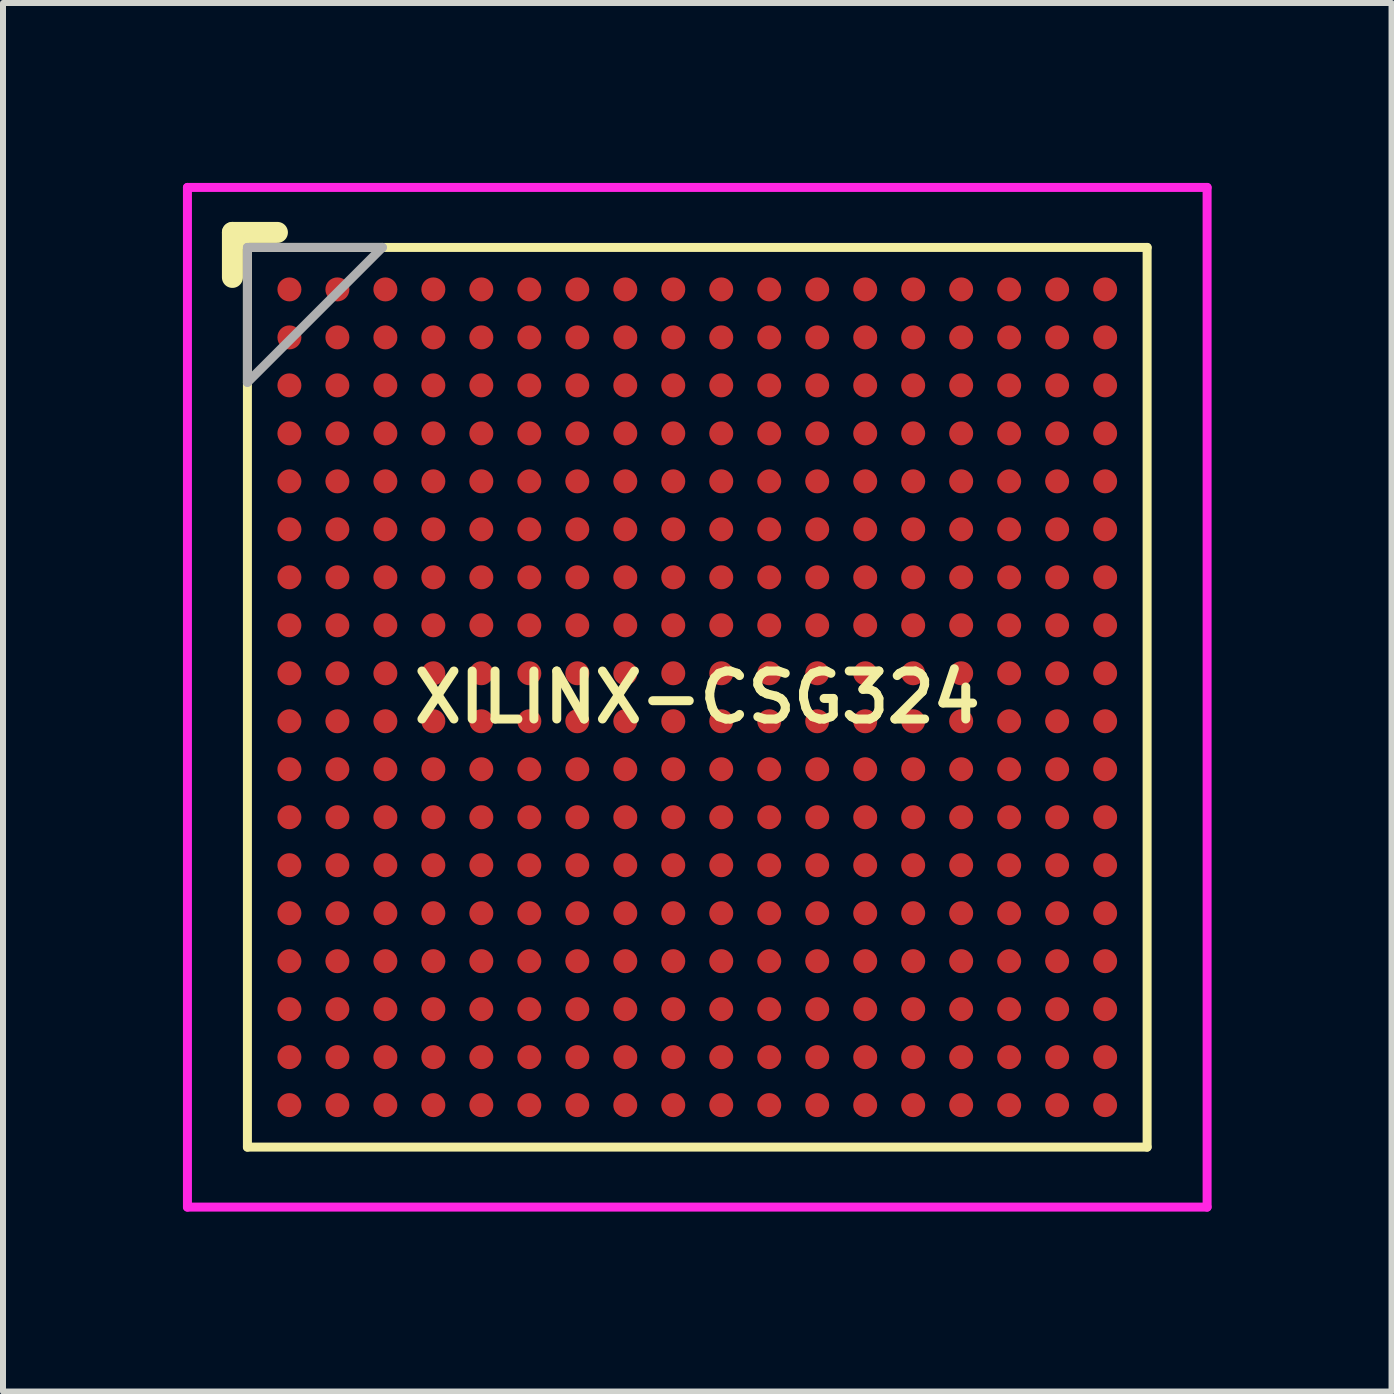
<source format=kicad_pcb>
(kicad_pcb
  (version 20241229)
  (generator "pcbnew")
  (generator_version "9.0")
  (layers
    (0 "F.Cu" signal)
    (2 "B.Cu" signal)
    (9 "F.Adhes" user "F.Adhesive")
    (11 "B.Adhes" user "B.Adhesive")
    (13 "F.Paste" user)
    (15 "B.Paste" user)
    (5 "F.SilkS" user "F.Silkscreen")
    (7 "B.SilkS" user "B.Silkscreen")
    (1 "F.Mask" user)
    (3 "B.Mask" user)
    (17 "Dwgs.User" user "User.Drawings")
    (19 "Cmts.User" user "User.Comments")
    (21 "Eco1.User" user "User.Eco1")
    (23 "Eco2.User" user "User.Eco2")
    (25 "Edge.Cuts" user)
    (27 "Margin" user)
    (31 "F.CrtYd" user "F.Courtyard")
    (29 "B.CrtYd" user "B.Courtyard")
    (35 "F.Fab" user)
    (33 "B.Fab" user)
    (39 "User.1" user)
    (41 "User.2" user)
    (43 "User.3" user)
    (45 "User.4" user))
  (footprint "XILINX-CSG324"
    (layer "F.Cu")
    (at 8.575 8.575)
    (property "Reference" "XILINX-CSG324" (at 0 0 0) (layer "F.SilkS") (effects (font (size 0.8 0.8) (thickness 0.15))))
    (attr through_hole)
    (fp_line (start -7.75 -7.75) (end -7 -7.75) (stroke (width 0.35) (type solid)) (layer "F.SilkS"))
    (fp_line (start -7.75 -7) (end -7.75 -7.75) (stroke (width 0.35) (type solid)) (layer "F.SilkS"))
    (fp_line (start -7.5 -7.5) (end -7.75 -7.75) (stroke (width 0.15) (type solid)) (layer "F.SilkS"))
    (fp_line (start -7.5 -7.5) (end 7.5 -7.5) (stroke (width 0.15) (type solid)) (layer "F.SilkS"))
    (fp_line (start -7.5 7.5) (end -7.5 -7.5) (stroke (width 0.15) (type solid)) (layer "F.SilkS"))
    (fp_line (start 7.5 -7.5) (end 7.5 7.5) (stroke (width 0.15) (type solid)) (layer "F.SilkS"))
    (fp_line (start 7.5 7.5) (end -7.5 7.5) (stroke (width 0.15) (type solid)) (layer "F.SilkS"))
    (fp_line (start -8.5 -8.5) (end 8.5 -8.5) (stroke (width 0.15) (type solid)) (layer "F.CrtYd"))
    (fp_line (start -8.5 8.5) (end -8.5 -8.5) (stroke (width 0.15) (type solid)) (layer "F.CrtYd"))
    (fp_line (start 8.5 -8.5) (end 8.5 8.5) (stroke (width 0.15) (type solid)) (layer "F.CrtYd"))
    (fp_line (start 8.5 8.5) (end -8.5 8.5) (stroke (width 0.15) (type solid)) (layer "F.CrtYd"))
    (fp_line (start -7.5 -7.5) (end -7.5 -5.25) (stroke (width 0.15) (type solid)) (layer "F.Fab"))
    (fp_line (start -7.5 -5.25) (end -5.25 -7.5) (stroke (width 0.15) (type solid)) (layer "F.Fab"))
    (fp_line (start -5.25 -7.5) (end -7.5 -7.5) (stroke (width 0.15) (type solid)) (layer "F.Fab"))
    (pad "A1" smd circle (at -6.8 -6.8) (size 0.4 0.4) (layers "F.Cu" "F.Mask" "F.Paste"))
    (pad "A2" smd circle (at -6 -6.8) (size 0.4 0.4) (layers "F.Cu" "F.Mask" "F.Paste"))
    (pad "A3" smd circle (at -5.2 -6.8) (size 0.4 0.4) (layers "F.Cu" "F.Mask" "F.Paste"))
    (pad "A4" smd circle (at -4.4 -6.8) (size 0.4 0.4) (layers "F.Cu" "F.Mask" "F.Paste"))
    (pad "A5" smd circle (at -3.6 -6.8) (size 0.4 0.4) (layers "F.Cu" "F.Mask" "F.Paste"))
    (pad "A6" smd circle (at -2.8 -6.8) (size 0.4 0.4) (layers "F.Cu" "F.Mask" "F.Paste"))
    (pad "A7" smd circle (at -2 -6.8) (size 0.4 0.4) (layers "F.Cu" "F.Mask" "F.Paste"))
    (pad "A8" smd circle (at -1.2 -6.8) (size 0.4 0.4) (layers "F.Cu" "F.Mask" "F.Paste"))
    (pad "A9" smd circle (at -0.4 -6.8) (size 0.4 0.4) (layers "F.Cu" "F.Mask" "F.Paste"))
    (pad "A10" smd circle (at 0.4 -6.8) (size 0.4 0.4) (layers "F.Cu" "F.Mask" "F.Paste"))
    (pad "A11" smd circle (at 1.2 -6.8) (size 0.4 0.4) (layers "F.Cu" "F.Mask" "F.Paste"))
    (pad "A12" smd circle (at 2 -6.8) (size 0.4 0.4) (layers "F.Cu" "F.Mask" "F.Paste"))
    (pad "A13" smd circle (at 2.8 -6.8) (size 0.4 0.4) (layers "F.Cu" "F.Mask" "F.Paste"))
    (pad "A14" smd circle (at 3.6 -6.8) (size 0.4 0.4) (layers "F.Cu" "F.Mask" "F.Paste"))
    (pad "A15" smd circle (at 4.4 -6.8) (size 0.4 0.4) (layers "F.Cu" "F.Mask" "F.Paste"))
    (pad "A16" smd circle (at 5.2 -6.8) (size 0.4 0.4) (layers "F.Cu" "F.Mask" "F.Paste"))
    (pad "A17" smd circle (at 6 -6.8) (size 0.4 0.4) (layers "F.Cu" "F.Mask" "F.Paste"))
    (pad "A18" smd circle (at 6.8 -6.8) (size 0.4 0.4) (layers "F.Cu" "F.Mask" "F.Paste"))
    (pad "B1" smd circle (at -6.8 -6) (size 0.4 0.4) (layers "F.Cu" "F.Mask" "F.Paste"))
    (pad "B2" smd circle (at -6 -6) (size 0.4 0.4) (layers "F.Cu" "F.Mask" "F.Paste"))
    (pad "B3" smd circle (at -5.2 -6) (size 0.4 0.4) (layers "F.Cu" "F.Mask" "F.Paste"))
    (pad "B4" smd circle (at -4.4 -6) (size 0.4 0.4) (layers "F.Cu" "F.Mask" "F.Paste"))
    (pad "B5" smd circle (at -3.6 -6) (size 0.4 0.4) (layers "F.Cu" "F.Mask" "F.Paste"))
    (pad "B6" smd circle (at -2.8 -6) (size 0.4 0.4) (layers "F.Cu" "F.Mask" "F.Paste"))
    (pad "B7" smd circle (at -2 -6) (size 0.4 0.4) (layers "F.Cu" "F.Mask" "F.Paste"))
    (pad "B8" smd circle (at -1.2 -6) (size 0.4 0.4) (layers "F.Cu" "F.Mask" "F.Paste"))
    (pad "B9" smd circle (at -0.4 -6) (size 0.4 0.4) (layers "F.Cu" "F.Mask" "F.Paste"))
    (pad "B10" smd circle (at 0.4 -6) (size 0.4 0.4) (layers "F.Cu" "F.Mask" "F.Paste"))
    (pad "B11" smd circle (at 1.2 -6) (size 0.4 0.4) (layers "F.Cu" "F.Mask" "F.Paste"))
    (pad "B12" smd circle (at 2 -6) (size 0.4 0.4) (layers "F.Cu" "F.Mask" "F.Paste"))
    (pad "B13" smd circle (at 2.8 -6) (size 0.4 0.4) (layers "F.Cu" "F.Mask" "F.Paste"))
    (pad "B14" smd circle (at 3.6 -6) (size 0.4 0.4) (layers "F.Cu" "F.Mask" "F.Paste"))
    (pad "B15" smd circle (at 4.4 -6) (size 0.4 0.4) (layers "F.Cu" "F.Mask" "F.Paste"))
    (pad "B16" smd circle (at 5.2 -6) (size 0.4 0.4) (layers "F.Cu" "F.Mask" "F.Paste"))
    (pad "B17" smd circle (at 6 -6) (size 0.4 0.4) (layers "F.Cu" "F.Mask" "F.Paste"))
    (pad "B18" smd circle (at 6.8 -6) (size 0.4 0.4) (layers "F.Cu" "F.Mask" "F.Paste"))
    (pad "C1" smd circle (at -6.8 -5.2) (size 0.4 0.4) (layers "F.Cu" "F.Mask" "F.Paste"))
    (pad "C2" smd circle (at -6 -5.2) (size 0.4 0.4) (layers "F.Cu" "F.Mask" "F.Paste"))
    (pad "C3" smd circle (at -5.2 -5.2) (size 0.4 0.4) (layers "F.Cu" "F.Mask" "F.Paste"))
    (pad "C4" smd circle (at -4.4 -5.2) (size 0.4 0.4) (layers "F.Cu" "F.Mask" "F.Paste"))
    (pad "C5" smd circle (at -3.6 -5.2) (size 0.4 0.4) (layers "F.Cu" "F.Mask" "F.Paste"))
    (pad "C6" smd circle (at -2.8 -5.2) (size 0.4 0.4) (layers "F.Cu" "F.Mask" "F.Paste"))
    (pad "C7" smd circle (at -2 -5.2) (size 0.4 0.4) (layers "F.Cu" "F.Mask" "F.Paste"))
    (pad "C8" smd circle (at -1.2 -5.2) (size 0.4 0.4) (layers "F.Cu" "F.Mask" "F.Paste"))
    (pad "C9" smd circle (at -0.4 -5.2) (size 0.4 0.4) (layers "F.Cu" "F.Mask" "F.Paste"))
    (pad "C10" smd circle (at 0.4 -5.2) (size 0.4 0.4) (layers "F.Cu" "F.Mask" "F.Paste"))
    (pad "C11" smd circle (at 1.2 -5.2) (size 0.4 0.4) (layers "F.Cu" "F.Mask" "F.Paste"))
    (pad "C12" smd circle (at 2 -5.2) (size 0.4 0.4) (layers "F.Cu" "F.Mask" "F.Paste"))
    (pad "C13" smd circle (at 2.8 -5.2) (size 0.4 0.4) (layers "F.Cu" "F.Mask" "F.Paste"))
    (pad "C14" smd circle (at 3.6 -5.2) (size 0.4 0.4) (layers "F.Cu" "F.Mask" "F.Paste"))
    (pad "C15" smd circle (at 4.4 -5.2) (size 0.4 0.4) (layers "F.Cu" "F.Mask" "F.Paste"))
    (pad "C16" smd circle (at 5.2 -5.2) (size 0.4 0.4) (layers "F.Cu" "F.Mask" "F.Paste"))
    (pad "C17" smd circle (at 6 -5.2) (size 0.4 0.4) (layers "F.Cu" "F.Mask" "F.Paste"))
    (pad "C18" smd circle (at 6.8 -5.2) (size 0.4 0.4) (layers "F.Cu" "F.Mask" "F.Paste"))
    (pad "D1" smd circle (at -6.8 -4.4) (size 0.4 0.4) (layers "F.Cu" "F.Mask" "F.Paste"))
    (pad "D2" smd circle (at -6 -4.4) (size 0.4 0.4) (layers "F.Cu" "F.Mask" "F.Paste"))
    (pad "D3" smd circle (at -5.2 -4.4) (size 0.4 0.4) (layers "F.Cu" "F.Mask" "F.Paste"))
    (pad "D4" smd circle (at -4.4 -4.4) (size 0.4 0.4) (layers "F.Cu" "F.Mask" "F.Paste"))
    (pad "D5" smd circle (at -3.6 -4.4) (size 0.4 0.4) (layers "F.Cu" "F.Mask" "F.Paste"))
    (pad "D6" smd circle (at -2.8 -4.4) (size 0.4 0.4) (layers "F.Cu" "F.Mask" "F.Paste"))
    (pad "D7" smd circle (at -2 -4.4) (size 0.4 0.4) (layers "F.Cu" "F.Mask" "F.Paste"))
    (pad "D8" smd circle (at -1.2 -4.4) (size 0.4 0.4) (layers "F.Cu" "F.Mask" "F.Paste"))
    (pad "D9" smd circle (at -0.4 -4.4) (size 0.4 0.4) (layers "F.Cu" "F.Mask" "F.Paste"))
    (pad "D10" smd circle (at 0.4 -4.4) (size 0.4 0.4) (layers "F.Cu" "F.Mask" "F.Paste"))
    (pad "D11" smd circle (at 1.2 -4.4) (size 0.4 0.4) (layers "F.Cu" "F.Mask" "F.Paste"))
    (pad "D12" smd circle (at 2 -4.4) (size 0.4 0.4) (layers "F.Cu" "F.Mask" "F.Paste"))
    (pad "D13" smd circle (at 2.8 -4.4) (size 0.4 0.4) (layers "F.Cu" "F.Mask" "F.Paste"))
    (pad "D14" smd circle (at 3.6 -4.4) (size 0.4 0.4) (layers "F.Cu" "F.Mask" "F.Paste"))
    (pad "D15" smd circle (at 4.4 -4.4) (size 0.4 0.4) (layers "F.Cu" "F.Mask" "F.Paste"))
    (pad "D16" smd circle (at 5.2 -4.4) (size 0.4 0.4) (layers "F.Cu" "F.Mask" "F.Paste"))
    (pad "D17" smd circle (at 6 -4.4) (size 0.4 0.4) (layers "F.Cu" "F.Mask" "F.Paste"))
    (pad "D18" smd circle (at 6.8 -4.4) (size 0.4 0.4) (layers "F.Cu" "F.Mask" "F.Paste"))
    (pad "E1" smd circle (at -6.8 -3.6) (size 0.4 0.4) (layers "F.Cu" "F.Mask" "F.Paste"))
    (pad "E2" smd circle (at -6 -3.6) (size 0.4 0.4) (layers "F.Cu" "F.Mask" "F.Paste"))
    (pad "E3" smd circle (at -5.2 -3.6) (size 0.4 0.4) (layers "F.Cu" "F.Mask" "F.Paste"))
    (pad "E4" smd circle (at -4.4 -3.6) (size 0.4 0.4) (layers "F.Cu" "F.Mask" "F.Paste"))
    (pad "E5" smd circle (at -3.6 -3.6) (size 0.4 0.4) (layers "F.Cu" "F.Mask" "F.Paste"))
    (pad "E6" smd circle (at -2.8 -3.6) (size 0.4 0.4) (layers "F.Cu" "F.Mask" "F.Paste"))
    (pad "E7" smd circle (at -2 -3.6) (size 0.4 0.4) (layers "F.Cu" "F.Mask" "F.Paste"))
    (pad "E8" smd circle (at -1.2 -3.6) (size 0.4 0.4) (layers "F.Cu" "F.Mask" "F.Paste"))
    (pad "E9" smd circle (at -0.4 -3.6) (size 0.4 0.4) (layers "F.Cu" "F.Mask" "F.Paste"))
    (pad "E10" smd circle (at 0.4 -3.6) (size 0.4 0.4) (layers "F.Cu" "F.Mask" "F.Paste"))
    (pad "E11" smd circle (at 1.2 -3.6) (size 0.4 0.4) (layers "F.Cu" "F.Mask" "F.Paste"))
    (pad "E12" smd circle (at 2 -3.6) (size 0.4 0.4) (layers "F.Cu" "F.Mask" "F.Paste"))
    (pad "E13" smd circle (at 2.8 -3.6) (size 0.4 0.4) (layers "F.Cu" "F.Mask" "F.Paste"))
    (pad "E14" smd circle (at 3.6 -3.6) (size 0.4 0.4) (layers "F.Cu" "F.Mask" "F.Paste"))
    (pad "E15" smd circle (at 4.4 -3.6) (size 0.4 0.4) (layers "F.Cu" "F.Mask" "F.Paste"))
    (pad "E16" smd circle (at 5.2 -3.6) (size 0.4 0.4) (layers "F.Cu" "F.Mask" "F.Paste"))
    (pad "E17" smd circle (at 6 -3.6) (size 0.4 0.4) (layers "F.Cu" "F.Mask" "F.Paste"))
    (pad "E18" smd circle (at 6.8 -3.6) (size 0.4 0.4) (layers "F.Cu" "F.Mask" "F.Paste"))
    (pad "F1" smd circle (at -6.8 -2.8) (size 0.4 0.4) (layers "F.Cu" "F.Mask" "F.Paste"))
    (pad "F2" smd circle (at -6 -2.8) (size 0.4 0.4) (layers "F.Cu" "F.Mask" "F.Paste"))
    (pad "F3" smd circle (at -5.2 -2.8) (size 0.4 0.4) (layers "F.Cu" "F.Mask" "F.Paste"))
    (pad "F4" smd circle (at -4.4 -2.8) (size 0.4 0.4) (layers "F.Cu" "F.Mask" "F.Paste"))
    (pad "F5" smd circle (at -3.6 -2.8) (size 0.4 0.4) (layers "F.Cu" "F.Mask" "F.Paste"))
    (pad "F6" smd circle (at -2.8 -2.8) (size 0.4 0.4) (layers "F.Cu" "F.Mask" "F.Paste"))
    (pad "F7" smd circle (at -2 -2.8) (size 0.4 0.4) (layers "F.Cu" "F.Mask" "F.Paste"))
    (pad "F8" smd circle (at -1.2 -2.8) (size 0.4 0.4) (layers "F.Cu" "F.Mask" "F.Paste"))
    (pad "F9" smd circle (at -0.4 -2.8) (size 0.4 0.4) (layers "F.Cu" "F.Mask" "F.Paste"))
    (pad "F10" smd circle (at 0.4 -2.8) (size 0.4 0.4) (layers "F.Cu" "F.Mask" "F.Paste"))
    (pad "F11" smd circle (at 1.2 -2.8) (size 0.4 0.4) (layers "F.Cu" "F.Mask" "F.Paste"))
    (pad "F12" smd circle (at 2 -2.8) (size 0.4 0.4) (layers "F.Cu" "F.Mask" "F.Paste"))
    (pad "F13" smd circle (at 2.8 -2.8) (size 0.4 0.4) (layers "F.Cu" "F.Mask" "F.Paste"))
    (pad "F14" smd circle (at 3.6 -2.8) (size 0.4 0.4) (layers "F.Cu" "F.Mask" "F.Paste"))
    (pad "F15" smd circle (at 4.4 -2.8) (size 0.4 0.4) (layers "F.Cu" "F.Mask" "F.Paste"))
    (pad "F16" smd circle (at 5.2 -2.8) (size 0.4 0.4) (layers "F.Cu" "F.Mask" "F.Paste"))
    (pad "F17" smd circle (at 6 -2.8) (size 0.4 0.4) (layers "F.Cu" "F.Mask" "F.Paste"))
    (pad "F18" smd circle (at 6.8 -2.8) (size 0.4 0.4) (layers "F.Cu" "F.Mask" "F.Paste"))
    (pad "G1" smd circle (at -6.8 -2) (size 0.4 0.4) (layers "F.Cu" "F.Mask" "F.Paste"))
    (pad "G2" smd circle (at -6 -2) (size 0.4 0.4) (layers "F.Cu" "F.Mask" "F.Paste"))
    (pad "G3" smd circle (at -5.2 -2) (size 0.4 0.4) (layers "F.Cu" "F.Mask" "F.Paste"))
    (pad "G4" smd circle (at -4.4 -2) (size 0.4 0.4) (layers "F.Cu" "F.Mask" "F.Paste"))
    (pad "G5" smd circle (at -3.6 -2) (size 0.4 0.4) (layers "F.Cu" "F.Mask" "F.Paste"))
    (pad "G6" smd circle (at -2.8 -2) (size 0.4 0.4) (layers "F.Cu" "F.Mask" "F.Paste"))
    (pad "G7" smd circle (at -2 -2) (size 0.4 0.4) (layers "F.Cu" "F.Mask" "F.Paste"))
    (pad "G8" smd circle (at -1.2 -2) (size 0.4 0.4) (layers "F.Cu" "F.Mask" "F.Paste"))
    (pad "G9" smd circle (at -0.4 -2) (size 0.4 0.4) (layers "F.Cu" "F.Mask" "F.Paste"))
    (pad "G10" smd circle (at 0.4 -2) (size 0.4 0.4) (layers "F.Cu" "F.Mask" "F.Paste"))
    (pad "G11" smd circle (at 1.2 -2) (size 0.4 0.4) (layers "F.Cu" "F.Mask" "F.Paste"))
    (pad "G12" smd circle (at 2 -2) (size 0.4 0.4) (layers "F.Cu" "F.Mask" "F.Paste"))
    (pad "G13" smd circle (at 2.8 -2) (size 0.4 0.4) (layers "F.Cu" "F.Mask" "F.Paste"))
    (pad "G14" smd circle (at 3.6 -2) (size 0.4 0.4) (layers "F.Cu" "F.Mask" "F.Paste"))
    (pad "G15" smd circle (at 4.4 -2) (size 0.4 0.4) (layers "F.Cu" "F.Mask" "F.Paste"))
    (pad "G16" smd circle (at 5.2 -2) (size 0.4 0.4) (layers "F.Cu" "F.Mask" "F.Paste"))
    (pad "G17" smd circle (at 6 -2) (size 0.4 0.4) (layers "F.Cu" "F.Mask" "F.Paste"))
    (pad "G18" smd circle (at 6.8 -2) (size 0.4 0.4) (layers "F.Cu" "F.Mask" "F.Paste"))
    (pad "H1" smd circle (at -6.8 -1.2) (size 0.4 0.4) (layers "F.Cu" "F.Mask" "F.Paste"))
    (pad "H2" smd circle (at -6 -1.2) (size 0.4 0.4) (layers "F.Cu" "F.Mask" "F.Paste"))
    (pad "H3" smd circle (at -5.2 -1.2) (size 0.4 0.4) (layers "F.Cu" "F.Mask" "F.Paste"))
    (pad "H4" smd circle (at -4.4 -1.2) (size 0.4 0.4) (layers "F.Cu" "F.Mask" "F.Paste"))
    (pad "H5" smd circle (at -3.6 -1.2) (size 0.4 0.4) (layers "F.Cu" "F.Mask" "F.Paste"))
    (pad "H6" smd circle (at -2.8 -1.2) (size 0.4 0.4) (layers "F.Cu" "F.Mask" "F.Paste"))
    (pad "H7" smd circle (at -2 -1.2) (size 0.4 0.4) (layers "F.Cu" "F.Mask" "F.Paste"))
    (pad "H8" smd circle (at -1.2 -1.2) (size 0.4 0.4) (layers "F.Cu" "F.Mask" "F.Paste"))
    (pad "H9" smd circle (at -0.4 -1.2) (size 0.4 0.4) (layers "F.Cu" "F.Mask" "F.Paste"))
    (pad "H10" smd circle (at 0.4 -1.2) (size 0.4 0.4) (layers "F.Cu" "F.Mask" "F.Paste"))
    (pad "H11" smd circle (at 1.2 -1.2) (size 0.4 0.4) (layers "F.Cu" "F.Mask" "F.Paste"))
    (pad "H12" smd circle (at 2 -1.2) (size 0.4 0.4) (layers "F.Cu" "F.Mask" "F.Paste"))
    (pad "H13" smd circle (at 2.8 -1.2) (size 0.4 0.4) (layers "F.Cu" "F.Mask" "F.Paste"))
    (pad "H14" smd circle (at 3.6 -1.2) (size 0.4 0.4) (layers "F.Cu" "F.Mask" "F.Paste"))
    (pad "H15" smd circle (at 4.4 -1.2) (size 0.4 0.4) (layers "F.Cu" "F.Mask" "F.Paste"))
    (pad "H16" smd circle (at 5.2 -1.2) (size 0.4 0.4) (layers "F.Cu" "F.Mask" "F.Paste"))
    (pad "H17" smd circle (at 6 -1.2) (size 0.4 0.4) (layers "F.Cu" "F.Mask" "F.Paste"))
    (pad "H18" smd circle (at 6.8 -1.2) (size 0.4 0.4) (layers "F.Cu" "F.Mask" "F.Paste"))
    (pad "J1" smd circle (at -6.8 -0.4) (size 0.4 0.4) (layers "F.Cu" "F.Mask" "F.Paste"))
    (pad "J2" smd circle (at -6 -0.4) (size 0.4 0.4) (layers "F.Cu" "F.Mask" "F.Paste"))
    (pad "J3" smd circle (at -5.2 -0.4) (size 0.4 0.4) (layers "F.Cu" "F.Mask" "F.Paste"))
    (pad "J4" smd circle (at -4.4 -0.4) (size 0.4 0.4) (layers "F.Cu" "F.Mask" "F.Paste"))
    (pad "J5" smd circle (at -3.6 -0.4) (size 0.4 0.4) (layers "F.Cu" "F.Mask" "F.Paste"))
    (pad "J6" smd circle (at -2.8 -0.4) (size 0.4 0.4) (layers "F.Cu" "F.Mask" "F.Paste"))
    (pad "J7" smd circle (at -2 -0.4) (size 0.4 0.4) (layers "F.Cu" "F.Mask" "F.Paste"))
    (pad "J8" smd circle (at -1.2 -0.4) (size 0.4 0.4) (layers "F.Cu" "F.Mask" "F.Paste"))
    (pad "J9" smd circle (at -0.4 -0.4) (size 0.4 0.4) (layers "F.Cu" "F.Mask" "F.Paste"))
    (pad "J10" smd circle (at 0.4 -0.4) (size 0.4 0.4) (layers "F.Cu" "F.Mask" "F.Paste"))
    (pad "J11" smd circle (at 1.2 -0.4) (size 0.4 0.4) (layers "F.Cu" "F.Mask" "F.Paste"))
    (pad "J12" smd circle (at 2 -0.4) (size 0.4 0.4) (layers "F.Cu" "F.Mask" "F.Paste"))
    (pad "J13" smd circle (at 2.8 -0.4) (size 0.4 0.4) (layers "F.Cu" "F.Mask" "F.Paste"))
    (pad "J14" smd circle (at 3.6 -0.4) (size 0.4 0.4) (layers "F.Cu" "F.Mask" "F.Paste"))
    (pad "J15" smd circle (at 4.4 -0.4) (size 0.4 0.4) (layers "F.Cu" "F.Mask" "F.Paste"))
    (pad "J16" smd circle (at 5.2 -0.4) (size 0.4 0.4) (layers "F.Cu" "F.Mask" "F.Paste"))
    (pad "J17" smd circle (at 6 -0.4) (size 0.4 0.4) (layers "F.Cu" "F.Mask" "F.Paste"))
    (pad "J18" smd circle (at 6.8 -0.4) (size 0.4 0.4) (layers "F.Cu" "F.Mask" "F.Paste"))
    (pad "K1" smd circle (at -6.8 0.4) (size 0.4 0.4) (layers "F.Cu" "F.Mask" "F.Paste"))
    (pad "K2" smd circle (at -6 0.4) (size 0.4 0.4) (layers "F.Cu" "F.Mask" "F.Paste"))
    (pad "K3" smd circle (at -5.2 0.4) (size 0.4 0.4) (layers "F.Cu" "F.Mask" "F.Paste"))
    (pad "K4" smd circle (at -4.4 0.4) (size 0.4 0.4) (layers "F.Cu" "F.Mask" "F.Paste"))
    (pad "K5" smd circle (at -3.6 0.4) (size 0.4 0.4) (layers "F.Cu" "F.Mask" "F.Paste"))
    (pad "K6" smd circle (at -2.8 0.4) (size 0.4 0.4) (layers "F.Cu" "F.Mask" "F.Paste"))
    (pad "K7" smd circle (at -2 0.4) (size 0.4 0.4) (layers "F.Cu" "F.Mask" "F.Paste"))
    (pad "K8" smd circle (at -1.2 0.4) (size 0.4 0.4) (layers "F.Cu" "F.Mask" "F.Paste"))
    (pad "K9" smd circle (at -0.4 0.4) (size 0.4 0.4) (layers "F.Cu" "F.Mask" "F.Paste"))
    (pad "K10" smd circle (at 0.4 0.4) (size 0.4 0.4) (layers "F.Cu" "F.Mask" "F.Paste"))
    (pad "K11" smd circle (at 1.2 0.4) (size 0.4 0.4) (layers "F.Cu" "F.Mask" "F.Paste"))
    (pad "K12" smd circle (at 2 0.4) (size 0.4 0.4) (layers "F.Cu" "F.Mask" "F.Paste"))
    (pad "K13" smd circle (at 2.8 0.4) (size 0.4 0.4) (layers "F.Cu" "F.Mask" "F.Paste"))
    (pad "K14" smd circle (at 3.6 0.4) (size 0.4 0.4) (layers "F.Cu" "F.Mask" "F.Paste"))
    (pad "K15" smd circle (at 4.4 0.4) (size 0.4 0.4) (layers "F.Cu" "F.Mask" "F.Paste"))
    (pad "K16" smd circle (at 5.2 0.4) (size 0.4 0.4) (layers "F.Cu" "F.Mask" "F.Paste"))
    (pad "K17" smd circle (at 6 0.4) (size 0.4 0.4) (layers "F.Cu" "F.Mask" "F.Paste"))
    (pad "K18" smd circle (at 6.8 0.4) (size 0.4 0.4) (layers "F.Cu" "F.Mask" "F.Paste"))
    (pad "L1" smd circle (at -6.8 1.2) (size 0.4 0.4) (layers "F.Cu" "F.Mask" "F.Paste"))
    (pad "L2" smd circle (at -6 1.2) (size 0.4 0.4) (layers "F.Cu" "F.Mask" "F.Paste"))
    (pad "L3" smd circle (at -5.2 1.2) (size 0.4 0.4) (layers "F.Cu" "F.Mask" "F.Paste"))
    (pad "L4" smd circle (at -4.4 1.2) (size 0.4 0.4) (layers "F.Cu" "F.Mask" "F.Paste"))
    (pad "L5" smd circle (at -3.6 1.2) (size 0.4 0.4) (layers "F.Cu" "F.Mask" "F.Paste"))
    (pad "L6" smd circle (at -2.8 1.2) (size 0.4 0.4) (layers "F.Cu" "F.Mask" "F.Paste"))
    (pad "L7" smd circle (at -2 1.2) (size 0.4 0.4) (layers "F.Cu" "F.Mask" "F.Paste"))
    (pad "L8" smd circle (at -1.2 1.2) (size 0.4 0.4) (layers "F.Cu" "F.Mask" "F.Paste"))
    (pad "L9" smd circle (at -0.4 1.2) (size 0.4 0.4) (layers "F.Cu" "F.Mask" "F.Paste"))
    (pad "L10" smd circle (at 0.4 1.2) (size 0.4 0.4) (layers "F.Cu" "F.Mask" "F.Paste"))
    (pad "L11" smd circle (at 1.2 1.2) (size 0.4 0.4) (layers "F.Cu" "F.Mask" "F.Paste"))
    (pad "L12" smd circle (at 2 1.2) (size 0.4 0.4) (layers "F.Cu" "F.Mask" "F.Paste"))
    (pad "L13" smd circle (at 2.8 1.2) (size 0.4 0.4) (layers "F.Cu" "F.Mask" "F.Paste"))
    (pad "L14" smd circle (at 3.6 1.2) (size 0.4 0.4) (layers "F.Cu" "F.Mask" "F.Paste"))
    (pad "L15" smd circle (at 4.4 1.2) (size 0.4 0.4) (layers "F.Cu" "F.Mask" "F.Paste"))
    (pad "L16" smd circle (at 5.2 1.2) (size 0.4 0.4) (layers "F.Cu" "F.Mask" "F.Paste"))
    (pad "L17" smd circle (at 6 1.2) (size 0.4 0.4) (layers "F.Cu" "F.Mask" "F.Paste"))
    (pad "L18" smd circle (at 6.8 1.2) (size 0.4 0.4) (layers "F.Cu" "F.Mask" "F.Paste"))
    (pad "M1" smd circle (at -6.8 2) (size 0.4 0.4) (layers "F.Cu" "F.Mask" "F.Paste"))
    (pad "M2" smd circle (at -6 2) (size 0.4 0.4) (layers "F.Cu" "F.Mask" "F.Paste"))
    (pad "M3" smd circle (at -5.2 2) (size 0.4 0.4) (layers "F.Cu" "F.Mask" "F.Paste"))
    (pad "M4" smd circle (at -4.4 2) (size 0.4 0.4) (layers "F.Cu" "F.Mask" "F.Paste"))
    (pad "M5" smd circle (at -3.6 2) (size 0.4 0.4) (layers "F.Cu" "F.Mask" "F.Paste"))
    (pad "M6" smd circle (at -2.8 2) (size 0.4 0.4) (layers "F.Cu" "F.Mask" "F.Paste"))
    (pad "M7" smd circle (at -2 2) (size 0.4 0.4) (layers "F.Cu" "F.Mask" "F.Paste"))
    (pad "M8" smd circle (at -1.2 2) (size 0.4 0.4) (layers "F.Cu" "F.Mask" "F.Paste"))
    (pad "M9" smd circle (at -0.4 2) (size 0.4 0.4) (layers "F.Cu" "F.Mask" "F.Paste"))
    (pad "M10" smd circle (at 0.4 2) (size 0.4 0.4) (layers "F.Cu" "F.Mask" "F.Paste"))
    (pad "M11" smd circle (at 1.2 2) (size 0.4 0.4) (layers "F.Cu" "F.Mask" "F.Paste"))
    (pad "M12" smd circle (at 2 2) (size 0.4 0.4) (layers "F.Cu" "F.Mask" "F.Paste"))
    (pad "M13" smd circle (at 2.8 2) (size 0.4 0.4) (layers "F.Cu" "F.Mask" "F.Paste"))
    (pad "M14" smd circle (at 3.6 2) (size 0.4 0.4) (layers "F.Cu" "F.Mask" "F.Paste"))
    (pad "M15" smd circle (at 4.4 2) (size 0.4 0.4) (layers "F.Cu" "F.Mask" "F.Paste"))
    (pad "M16" smd circle (at 5.2 2) (size 0.4 0.4) (layers "F.Cu" "F.Mask" "F.Paste"))
    (pad "M17" smd circle (at 6 2) (size 0.4 0.4) (layers "F.Cu" "F.Mask" "F.Paste"))
    (pad "M18" smd circle (at 6.8 2) (size 0.4 0.4) (layers "F.Cu" "F.Mask" "F.Paste"))
    (pad "N1" smd circle (at -6.8 2.8) (size 0.4 0.4) (layers "F.Cu" "F.Mask" "F.Paste"))
    (pad "N2" smd circle (at -6 2.8) (size 0.4 0.4) (layers "F.Cu" "F.Mask" "F.Paste"))
    (pad "N3" smd circle (at -5.2 2.8) (size 0.4 0.4) (layers "F.Cu" "F.Mask" "F.Paste"))
    (pad "N4" smd circle (at -4.4 2.8) (size 0.4 0.4) (layers "F.Cu" "F.Mask" "F.Paste"))
    (pad "N5" smd circle (at -3.6 2.8) (size 0.4 0.4) (layers "F.Cu" "F.Mask" "F.Paste"))
    (pad "N6" smd circle (at -2.8 2.8) (size 0.4 0.4) (layers "F.Cu" "F.Mask" "F.Paste"))
    (pad "N7" smd circle (at -2 2.8) (size 0.4 0.4) (layers "F.Cu" "F.Mask" "F.Paste"))
    (pad "N8" smd circle (at -1.2 2.8) (size 0.4 0.4) (layers "F.Cu" "F.Mask" "F.Paste"))
    (pad "N9" smd circle (at -0.4 2.8) (size 0.4 0.4) (layers "F.Cu" "F.Mask" "F.Paste"))
    (pad "N10" smd circle (at 0.4 2.8) (size 0.4 0.4) (layers "F.Cu" "F.Mask" "F.Paste"))
    (pad "N11" smd circle (at 1.2 2.8) (size 0.4 0.4) (layers "F.Cu" "F.Mask" "F.Paste"))
    (pad "N12" smd circle (at 2 2.8) (size 0.4 0.4) (layers "F.Cu" "F.Mask" "F.Paste"))
    (pad "N13" smd circle (at 2.8 2.8) (size 0.4 0.4) (layers "F.Cu" "F.Mask" "F.Paste"))
    (pad "N14" smd circle (at 3.6 2.8) (size 0.4 0.4) (layers "F.Cu" "F.Mask" "F.Paste"))
    (pad "N15" smd circle (at 4.4 2.8) (size 0.4 0.4) (layers "F.Cu" "F.Mask" "F.Paste"))
    (pad "N16" smd circle (at 5.2 2.8) (size 0.4 0.4) (layers "F.Cu" "F.Mask" "F.Paste"))
    (pad "N17" smd circle (at 6 2.8) (size 0.4 0.4) (layers "F.Cu" "F.Mask" "F.Paste"))
    (pad "N18" smd circle (at 6.8 2.8) (size 0.4 0.4) (layers "F.Cu" "F.Mask" "F.Paste"))
    (pad "P1" smd circle (at -6.8 3.6) (size 0.4 0.4) (layers "F.Cu" "F.Mask" "F.Paste"))
    (pad "P2" smd circle (at -6 3.6) (size 0.4 0.4) (layers "F.Cu" "F.Mask" "F.Paste"))
    (pad "P3" smd circle (at -5.2 3.6) (size 0.4 0.4) (layers "F.Cu" "F.Mask" "F.Paste"))
    (pad "P4" smd circle (at -4.4 3.6) (size 0.4 0.4) (layers "F.Cu" "F.Mask" "F.Paste"))
    (pad "P5" smd circle (at -3.6 3.6) (size 0.4 0.4) (layers "F.Cu" "F.Mask" "F.Paste"))
    (pad "P6" smd circle (at -2.8 3.6) (size 0.4 0.4) (layers "F.Cu" "F.Mask" "F.Paste"))
    (pad "P7" smd circle (at -2 3.6) (size 0.4 0.4) (layers "F.Cu" "F.Mask" "F.Paste"))
    (pad "P8" smd circle (at -1.2 3.6) (size 0.4 0.4) (layers "F.Cu" "F.Mask" "F.Paste"))
    (pad "P9" smd circle (at -0.4 3.6) (size 0.4 0.4) (layers "F.Cu" "F.Mask" "F.Paste"))
    (pad "P10" smd circle (at 0.4 3.6) (size 0.4 0.4) (layers "F.Cu" "F.Mask" "F.Paste"))
    (pad "P11" smd circle (at 1.2 3.6) (size 0.4 0.4) (layers "F.Cu" "F.Mask" "F.Paste"))
    (pad "P12" smd circle (at 2 3.6) (size 0.4 0.4) (layers "F.Cu" "F.Mask" "F.Paste"))
    (pad "P13" smd circle (at 2.8 3.6) (size 0.4 0.4) (layers "F.Cu" "F.Mask" "F.Paste"))
    (pad "P14" smd circle (at 3.6 3.6) (size 0.4 0.4) (layers "F.Cu" "F.Mask" "F.Paste"))
    (pad "P15" smd circle (at 4.4 3.6) (size 0.4 0.4) (layers "F.Cu" "F.Mask" "F.Paste"))
    (pad "P16" smd circle (at 5.2 3.6) (size 0.4 0.4) (layers "F.Cu" "F.Mask" "F.Paste"))
    (pad "P17" smd circle (at 6 3.6) (size 0.4 0.4) (layers "F.Cu" "F.Mask" "F.Paste"))
    (pad "P18" smd circle (at 6.8 3.6) (size 0.4 0.4) (layers "F.Cu" "F.Mask" "F.Paste"))
    (pad "R1" smd circle (at -6.8 4.4) (size 0.4 0.4) (layers "F.Cu" "F.Mask" "F.Paste"))
    (pad "R2" smd circle (at -6 4.4) (size 0.4 0.4) (layers "F.Cu" "F.Mask" "F.Paste"))
    (pad "R3" smd circle (at -5.2 4.4) (size 0.4 0.4) (layers "F.Cu" "F.Mask" "F.Paste"))
    (pad "R4" smd circle (at -4.4 4.4) (size 0.4 0.4) (layers "F.Cu" "F.Mask" "F.Paste"))
    (pad "R5" smd circle (at -3.6 4.4) (size 0.4 0.4) (layers "F.Cu" "F.Mask" "F.Paste"))
    (pad "R6" smd circle (at -2.8 4.4) (size 0.4 0.4) (layers "F.Cu" "F.Mask" "F.Paste"))
    (pad "R7" smd circle (at -2 4.4) (size 0.4 0.4) (layers "F.Cu" "F.Mask" "F.Paste"))
    (pad "R8" smd circle (at -1.2 4.4) (size 0.4 0.4) (layers "F.Cu" "F.Mask" "F.Paste"))
    (pad "R9" smd circle (at -0.4 4.4) (size 0.4 0.4) (layers "F.Cu" "F.Mask" "F.Paste"))
    (pad "R10" smd circle (at 0.4 4.4) (size 0.4 0.4) (layers "F.Cu" "F.Mask" "F.Paste"))
    (pad "R11" smd circle (at 1.2 4.4) (size 0.4 0.4) (layers "F.Cu" "F.Mask" "F.Paste"))
    (pad "R12" smd circle (at 2 4.4) (size 0.4 0.4) (layers "F.Cu" "F.Mask" "F.Paste"))
    (pad "R13" smd circle (at 2.8 4.4) (size 0.4 0.4) (layers "F.Cu" "F.Mask" "F.Paste"))
    (pad "R14" smd circle (at 3.6 4.4) (size 0.4 0.4) (layers "F.Cu" "F.Mask" "F.Paste"))
    (pad "R15" smd circle (at 4.4 4.4) (size 0.4 0.4) (layers "F.Cu" "F.Mask" "F.Paste"))
    (pad "R16" smd circle (at 5.2 4.4) (size 0.4 0.4) (layers "F.Cu" "F.Mask" "F.Paste"))
    (pad "R17" smd circle (at 6 4.4) (size 0.4 0.4) (layers "F.Cu" "F.Mask" "F.Paste"))
    (pad "R18" smd circle (at 6.8 4.4) (size 0.4 0.4) (layers "F.Cu" "F.Mask" "F.Paste"))
    (pad "T1" smd circle (at -6.8 5.2) (size 0.4 0.4) (layers "F.Cu" "F.Mask" "F.Paste"))
    (pad "T2" smd circle (at -6 5.2) (size 0.4 0.4) (layers "F.Cu" "F.Mask" "F.Paste"))
    (pad "T3" smd circle (at -5.2 5.2) (size 0.4 0.4) (layers "F.Cu" "F.Mask" "F.Paste"))
    (pad "T4" smd circle (at -4.4 5.2) (size 0.4 0.4) (layers "F.Cu" "F.Mask" "F.Paste"))
    (pad "T5" smd circle (at -3.6 5.2) (size 0.4 0.4) (layers "F.Cu" "F.Mask" "F.Paste"))
    (pad "T6" smd circle (at -2.8 5.2) (size 0.4 0.4) (layers "F.Cu" "F.Mask" "F.Paste"))
    (pad "T7" smd circle (at -2 5.2) (size 0.4 0.4) (layers "F.Cu" "F.Mask" "F.Paste"))
    (pad "T8" smd circle (at -1.2 5.2) (size 0.4 0.4) (layers "F.Cu" "F.Mask" "F.Paste"))
    (pad "T9" smd circle (at -0.4 5.2) (size 0.4 0.4) (layers "F.Cu" "F.Mask" "F.Paste"))
    (pad "T10" smd circle (at 0.4 5.2) (size 0.4 0.4) (layers "F.Cu" "F.Mask" "F.Paste"))
    (pad "T11" smd circle (at 1.2 5.2) (size 0.4 0.4) (layers "F.Cu" "F.Mask" "F.Paste"))
    (pad "T12" smd circle (at 2 5.2) (size 0.4 0.4) (layers "F.Cu" "F.Mask" "F.Paste"))
    (pad "T13" smd circle (at 2.8 5.2) (size 0.4 0.4) (layers "F.Cu" "F.Mask" "F.Paste"))
    (pad "T14" smd circle (at 3.6 5.2) (size 0.4 0.4) (layers "F.Cu" "F.Mask" "F.Paste"))
    (pad "T15" smd circle (at 4.4 5.2) (size 0.4 0.4) (layers "F.Cu" "F.Mask" "F.Paste"))
    (pad "T16" smd circle (at 5.2 5.2) (size 0.4 0.4) (layers "F.Cu" "F.Mask" "F.Paste"))
    (pad "T17" smd circle (at 6 5.2) (size 0.4 0.4) (layers "F.Cu" "F.Mask" "F.Paste"))
    (pad "T18" smd circle (at 6.8 5.2) (size 0.4 0.4) (layers "F.Cu" "F.Mask" "F.Paste"))
    (pad "U1" smd circle (at -6.8 6) (size 0.4 0.4) (layers "F.Cu" "F.Mask" "F.Paste"))
    (pad "U2" smd circle (at -6 6) (size 0.4 0.4) (layers "F.Cu" "F.Mask" "F.Paste"))
    (pad "U3" smd circle (at -5.2 6) (size 0.4 0.4) (layers "F.Cu" "F.Mask" "F.Paste"))
    (pad "U4" smd circle (at -4.4 6) (size 0.4 0.4) (layers "F.Cu" "F.Mask" "F.Paste"))
    (pad "U5" smd circle (at -3.6 6) (size 0.4 0.4) (layers "F.Cu" "F.Mask" "F.Paste"))
    (pad "U6" smd circle (at -2.8 6) (size 0.4 0.4) (layers "F.Cu" "F.Mask" "F.Paste"))
    (pad "U7" smd circle (at -2 6) (size 0.4 0.4) (layers "F.Cu" "F.Mask" "F.Paste"))
    (pad "U8" smd circle (at -1.2 6) (size 0.4 0.4) (layers "F.Cu" "F.Mask" "F.Paste"))
    (pad "U9" smd circle (at -0.4 6) (size 0.4 0.4) (layers "F.Cu" "F.Mask" "F.Paste"))
    (pad "U10" smd circle (at 0.4 6) (size 0.4 0.4) (layers "F.Cu" "F.Mask" "F.Paste"))
    (pad "U11" smd circle (at 1.2 6) (size 0.4 0.4) (layers "F.Cu" "F.Mask" "F.Paste"))
    (pad "U12" smd circle (at 2 6) (size 0.4 0.4) (layers "F.Cu" "F.Mask" "F.Paste"))
    (pad "U13" smd circle (at 2.8 6) (size 0.4 0.4) (layers "F.Cu" "F.Mask" "F.Paste"))
    (pad "U14" smd circle (at 3.6 6) (size 0.4 0.4) (layers "F.Cu" "F.Mask" "F.Paste"))
    (pad "U15" smd circle (at 4.4 6) (size 0.4 0.4) (layers "F.Cu" "F.Mask" "F.Paste"))
    (pad "U16" smd circle (at 5.2 6) (size 0.4 0.4) (layers "F.Cu" "F.Mask" "F.Paste"))
    (pad "U17" smd circle (at 6 6) (size 0.4 0.4) (layers "F.Cu" "F.Mask" "F.Paste"))
    (pad "U18" smd circle (at 6.8 6) (size 0.4 0.4) (layers "F.Cu" "F.Mask" "F.Paste"))
    (pad "V1" smd circle (at -6.8 6.8) (size 0.4 0.4) (layers "F.Cu" "F.Mask" "F.Paste"))
    (pad "V2" smd circle (at -6 6.8) (size 0.4 0.4) (layers "F.Cu" "F.Mask" "F.Paste"))
    (pad "V3" smd circle (at -5.2 6.8) (size 0.4 0.4) (layers "F.Cu" "F.Mask" "F.Paste"))
    (pad "V4" smd circle (at -4.4 6.8) (size 0.4 0.4) (layers "F.Cu" "F.Mask" "F.Paste"))
    (pad "V5" smd circle (at -3.6 6.8) (size 0.4 0.4) (layers "F.Cu" "F.Mask" "F.Paste"))
    (pad "V6" smd circle (at -2.8 6.8) (size 0.4 0.4) (layers "F.Cu" "F.Mask" "F.Paste"))
    (pad "V7" smd circle (at -2 6.8) (size 0.4 0.4) (layers "F.Cu" "F.Mask" "F.Paste"))
    (pad "V8" smd circle (at -1.2 6.8) (size 0.4 0.4) (layers "F.Cu" "F.Mask" "F.Paste"))
    (pad "V9" smd circle (at -0.4 6.8) (size 0.4 0.4) (layers "F.Cu" "F.Mask" "F.Paste"))
    (pad "V10" smd circle (at 0.4 6.8) (size 0.4 0.4) (layers "F.Cu" "F.Mask" "F.Paste"))
    (pad "V11" smd circle (at 1.2 6.8) (size 0.4 0.4) (layers "F.Cu" "F.Mask" "F.Paste"))
    (pad "V12" smd circle (at 2 6.8) (size 0.4 0.4) (layers "F.Cu" "F.Mask" "F.Paste"))
    (pad "V13" smd circle (at 2.8 6.8) (size 0.4 0.4) (layers "F.Cu" "F.Mask" "F.Paste"))
    (pad "V14" smd circle (at 3.6 6.8) (size 0.4 0.4) (layers "F.Cu" "F.Mask" "F.Paste"))
    (pad "V15" smd circle (at 4.4 6.8) (size 0.4 0.4) (layers "F.Cu" "F.Mask" "F.Paste"))
    (pad "V16" smd circle (at 5.2 6.8) (size 0.4 0.4) (layers "F.Cu" "F.Mask" "F.Paste"))
    (pad "V17" smd circle (at 6 6.8) (size 0.4 0.4) (layers "F.Cu" "F.Mask" "F.Paste"))
    (pad "V18" smd circle (at 6.8 6.8) (size 0.4 0.4) (layers "F.Cu" "F.Mask" "F.Paste")))
  (gr_rect
    (start -3 -3)
    (end 20.15 20.15)
    (stroke (width 0.1) (type default))
    (fill no)
    (layer "Edge.Cuts")))
</source>
